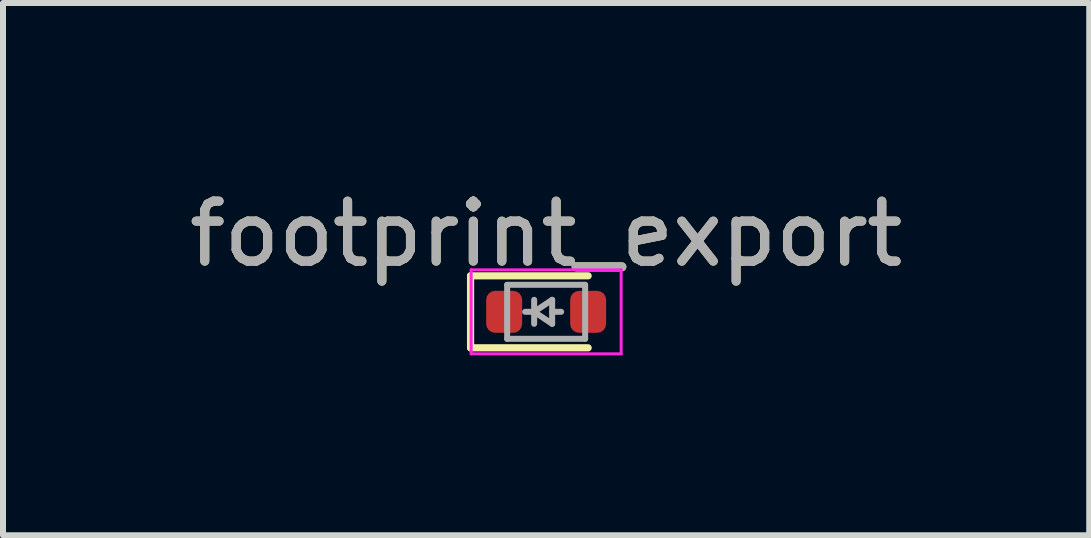
<source format=kicad_pcb>
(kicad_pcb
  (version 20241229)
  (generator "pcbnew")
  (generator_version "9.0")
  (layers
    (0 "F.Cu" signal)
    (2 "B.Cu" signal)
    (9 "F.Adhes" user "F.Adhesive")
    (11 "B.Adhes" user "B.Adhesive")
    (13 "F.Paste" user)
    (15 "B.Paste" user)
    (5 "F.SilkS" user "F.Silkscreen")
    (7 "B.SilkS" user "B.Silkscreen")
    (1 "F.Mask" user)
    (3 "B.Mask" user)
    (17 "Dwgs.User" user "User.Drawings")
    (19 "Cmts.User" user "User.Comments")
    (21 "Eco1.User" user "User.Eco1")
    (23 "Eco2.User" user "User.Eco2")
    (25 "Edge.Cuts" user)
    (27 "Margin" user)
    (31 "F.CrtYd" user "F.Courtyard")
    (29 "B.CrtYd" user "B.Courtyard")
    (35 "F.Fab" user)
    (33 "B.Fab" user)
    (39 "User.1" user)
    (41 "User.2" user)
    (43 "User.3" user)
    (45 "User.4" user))
  (footprint "footprint_export"
    (layer "F.Cu")
    (at 6.054 2.148)
    (property "Reference" "footprint_export" (at 0 -1.3 0) (layer "F.SilkS") (effects (font (size 1 1) (thickness 0.15))))
    (attr smd)
    (fp_line (start -1.26 -0.6) (end -1.26 0.6) (stroke (width 0.12) (type solid)) (layer "F.SilkS"))
    (fp_line (start 0.7 -0.6) (end -1.26 -0.6) (stroke (width 0.12) (type solid)) (layer "F.SilkS"))
    (fp_line (start 0.7 0.6) (end -1.26 0.6) (stroke (width 0.12) (type solid)) (layer "F.SilkS"))
    (fp_line (start -1.25 -0.7) (end 1.25 -0.7) (stroke (width 0.05) (type solid)) (layer "F.CrtYd"))
    (fp_line (start -1.25 0.7) (end -1.25 -0.7) (stroke (width 0.05) (type solid)) (layer "F.CrtYd"))
    (fp_line (start 1.25 -0.7) (end 1.25 0.7) (stroke (width 0.05) (type solid)) (layer "F.CrtYd"))
    (fp_line (start 1.25 0.7) (end -1.25 0.7) (stroke (width 0.05) (type solid)) (layer "F.CrtYd"))
    (fp_line (start -0.65 -0.45) (end 0.65 -0.45) (stroke (width 0.1) (type solid)) (layer "F.Fab"))
    (fp_line (start -0.65 0.45) (end -0.65 -0.45) (stroke (width 0.1) (type solid)) (layer "F.Fab"))
    (fp_line (start -0.2 0) (end -0.35 0) (stroke (width 0.1) (type solid)) (layer "F.Fab"))
    (fp_line (start -0.2 0) (end 0.1 0.2) (stroke (width 0.1) (type solid)) (layer "F.Fab"))
    (fp_line (start -0.2 0.2) (end -0.2 -0.2) (stroke (width 0.1) (type solid)) (layer "F.Fab"))
    (fp_line (start 0.1 -0.2) (end -0.2 0) (stroke (width 0.1) (type solid)) (layer "F.Fab"))
    (fp_line (start 0.1 0) (end 0.25 0) (stroke (width 0.1) (type solid)) (layer "F.Fab"))
    (fp_line (start 0.1 0.2) (end 0.1 -0.2) (stroke (width 0.1) (type solid)) (layer "F.Fab"))
    (fp_line (start 0.65 -0.45) (end 0.65 0.45) (stroke (width 0.1) (type solid)) (layer "F.Fab"))
    (fp_line (start 0.65 0.45) (end -0.65 0.45) (stroke (width 0.1) (type solid)) (layer "F.Fab"))
    (fp_text user "${REFERENCE}" (at 0 -1.3 0) (layer "F.Fab") (effects (font (size 1 1) (thickness 0.15))))
    (pad "1" smd roundrect (at -0.7 0 180) (size 0.6 0.7) (layers "F.Cu" "F.Mask" "F.Paste") (roundrect_rratio 0.25))
    (pad "2" smd roundrect (at 0.7 0 180) (size 0.6 0.7) (layers "F.Cu" "F.Mask" "F.Paste") (roundrect_rratio 0.25)))
  (gr_rect
    (start -3 -3)
    (end 15.107 5.873)
    (stroke (width 0.1) (type default))
    (fill no)
    (layer "Edge.Cuts")))
</source>
